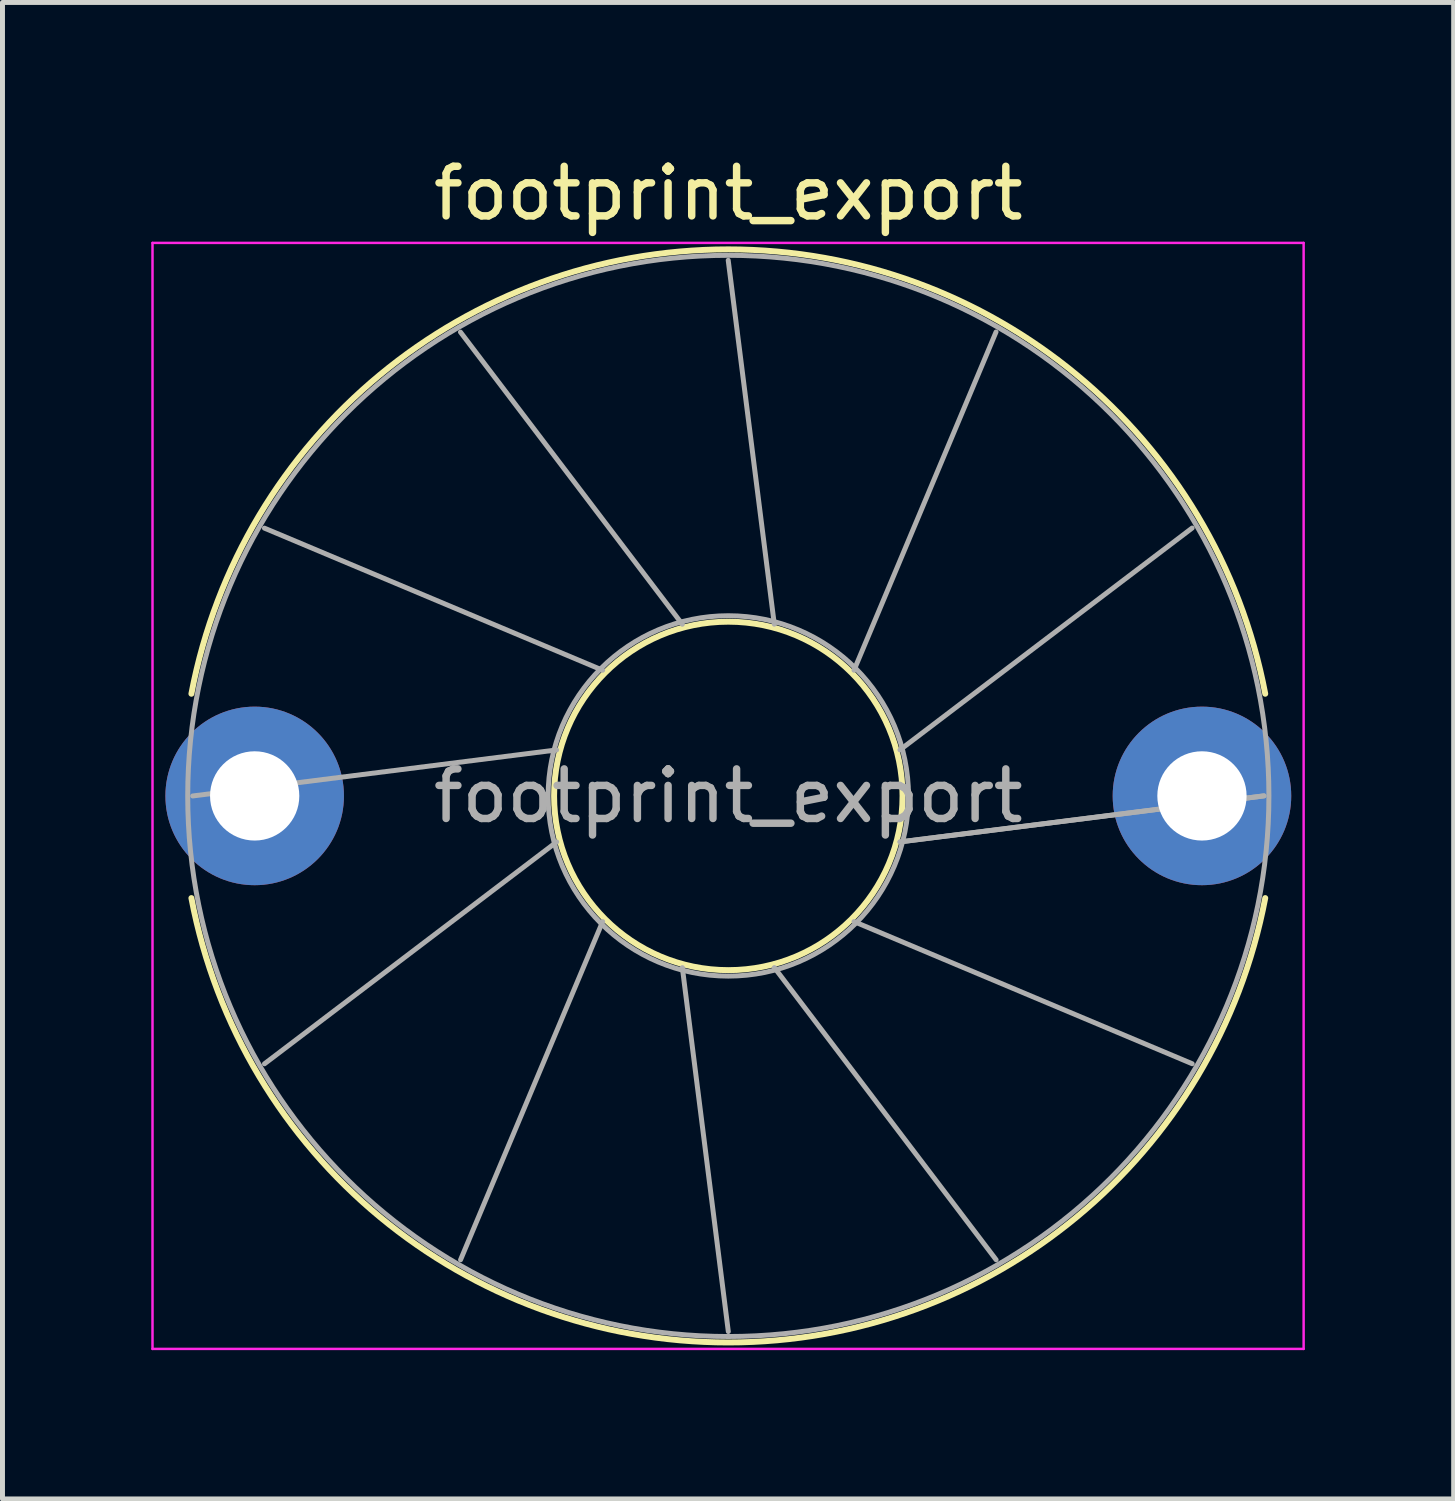
<source format=kicad_pcb>
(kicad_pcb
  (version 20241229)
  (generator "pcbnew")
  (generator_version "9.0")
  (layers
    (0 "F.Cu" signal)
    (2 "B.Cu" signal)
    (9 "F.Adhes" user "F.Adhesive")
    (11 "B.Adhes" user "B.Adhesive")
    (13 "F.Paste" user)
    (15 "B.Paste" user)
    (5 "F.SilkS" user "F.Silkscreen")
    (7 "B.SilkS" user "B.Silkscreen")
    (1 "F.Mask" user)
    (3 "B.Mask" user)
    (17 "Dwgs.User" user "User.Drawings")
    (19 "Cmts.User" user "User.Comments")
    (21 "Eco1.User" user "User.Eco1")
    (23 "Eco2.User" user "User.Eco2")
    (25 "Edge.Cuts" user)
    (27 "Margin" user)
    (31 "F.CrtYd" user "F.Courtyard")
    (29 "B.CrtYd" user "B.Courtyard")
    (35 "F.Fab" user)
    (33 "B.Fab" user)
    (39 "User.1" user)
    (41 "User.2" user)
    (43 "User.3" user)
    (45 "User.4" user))
  (footprint "footprint_export"
    (layer "F.Cu")
    (at 2.085 12.998)
    (property "Reference" "footprint_export" (at 9.55 -12.15 0) (layer "F.SilkS") (effects (font (size 1 1) (thickness 0.15))))
    (attr through_hole)
    (fp_arc (start -1.275747 -2.06) (mid 9.55 -11.02) (end 20.375747 -2.06) (stroke (width 0.12) (type solid)) (layer "F.SilkS"))
    (fp_arc (start 20.375747 2.06) (mid 9.55 11.02) (end -1.275747 2.06) (stroke (width 0.12) (type solid)) (layer "F.SilkS"))
    (fp_circle (center 9.55 0) (end 13.063 0) (stroke (width 0.12) (type solid)) (fill no) (layer "F.SilkS"))
    (fp_line (start -2.06 -11.15) (end -2.06 11.15) (stroke (width 0.05) (type solid)) (layer "F.CrtYd"))
    (fp_line (start -2.06 11.15) (end 21.15 11.15) (stroke (width 0.05) (type solid)) (layer "F.CrtYd"))
    (fp_line (start 21.15 -11.15) (end -2.06 -11.15) (stroke (width 0.05) (type solid)) (layer "F.CrtYd"))
    (fp_line (start 21.15 11.15) (end 21.15 -11.15) (stroke (width 0.05) (type solid)) (layer "F.CrtYd"))
    (fp_line (start -1.25 0.001) (end 6.088 -0.927) (stroke (width 0.1) (type solid)) (layer "F.Fab"))
    (fp_line (start 0.197 -5.399) (end 7.016 -2.534) (stroke (width 0.1) (type solid)) (layer "F.Fab"))
    (fp_line (start 0.198 5.401) (end 6.089 0.928) (stroke (width 0.1) (type solid)) (layer "F.Fab"))
    (fp_line (start 4.149 -9.352) (end 8.622 -3.461) (stroke (width 0.1) (type solid)) (layer "F.Fab"))
    (fp_line (start 4.151 9.353) (end 7.016 2.534) (stroke (width 0.1) (type solid)) (layer "F.Fab"))
    (fp_line (start 9.548 -10.8) (end 10.477 -3.462) (stroke (width 0.1) (type solid)) (layer "F.Fab"))
    (fp_line (start 9.55 10.8) (end 8.623 3.462) (stroke (width 0.1) (type solid)) (layer "F.Fab"))
    (fp_line (start 14.948 -9.354) (end 12.084 -2.534) (stroke (width 0.1) (type solid)) (layer "F.Fab"))
    (fp_line (start 14.95 9.353) (end 10.478 3.461) (stroke (width 0.1) (type solid)) (layer "F.Fab"))
    (fp_line (start 18.902 -5.401) (end 13.011 -0.928) (stroke (width 0.1) (type solid)) (layer "F.Fab"))
    (fp_line (start 18.903 5.4) (end 12.084 2.534) (stroke (width 0.1) (type solid)) (layer "F.Fab"))
    (fp_line (start 20.35 -0.002) (end 13.012 0.927) (stroke (width 0.1) (type solid)) (layer "F.Fab"))
    (fp_line (start 20.35 0) (end 13.011 0.927) (stroke (width 0.1) (type solid)) (layer "F.Fab"))
    (fp_circle (center 9.55 0) (end 13.183 0) (stroke (width 0.1) (type solid)) (fill no) (layer "F.Fab"))
    (fp_circle (center 9.55 0) (end 20.45 0) (stroke (width 0.1) (type solid)) (fill no) (layer "F.Fab"))
    (fp_text user "${REFERENCE}" (at 9.55 0 0) (layer "F.Fab") (effects (font (size 1 1) (thickness 0.15))))
    (pad "1" thru_hole circle (at 0 0) (size 3.6 3.6) (drill 1.8) (layers "*.Cu" "*.Mask"))
    (pad "2" thru_hole circle (at 19.1 0) (size 3.6 3.6) (drill 1.8) (layers "*.Cu" "*.Mask")))
  (gr_rect
    (start -3 -3)
    (end 26.26 27.173)
    (stroke (width 0.1) (type default))
    (fill no)
    (layer "Edge.Cuts")))
</source>
